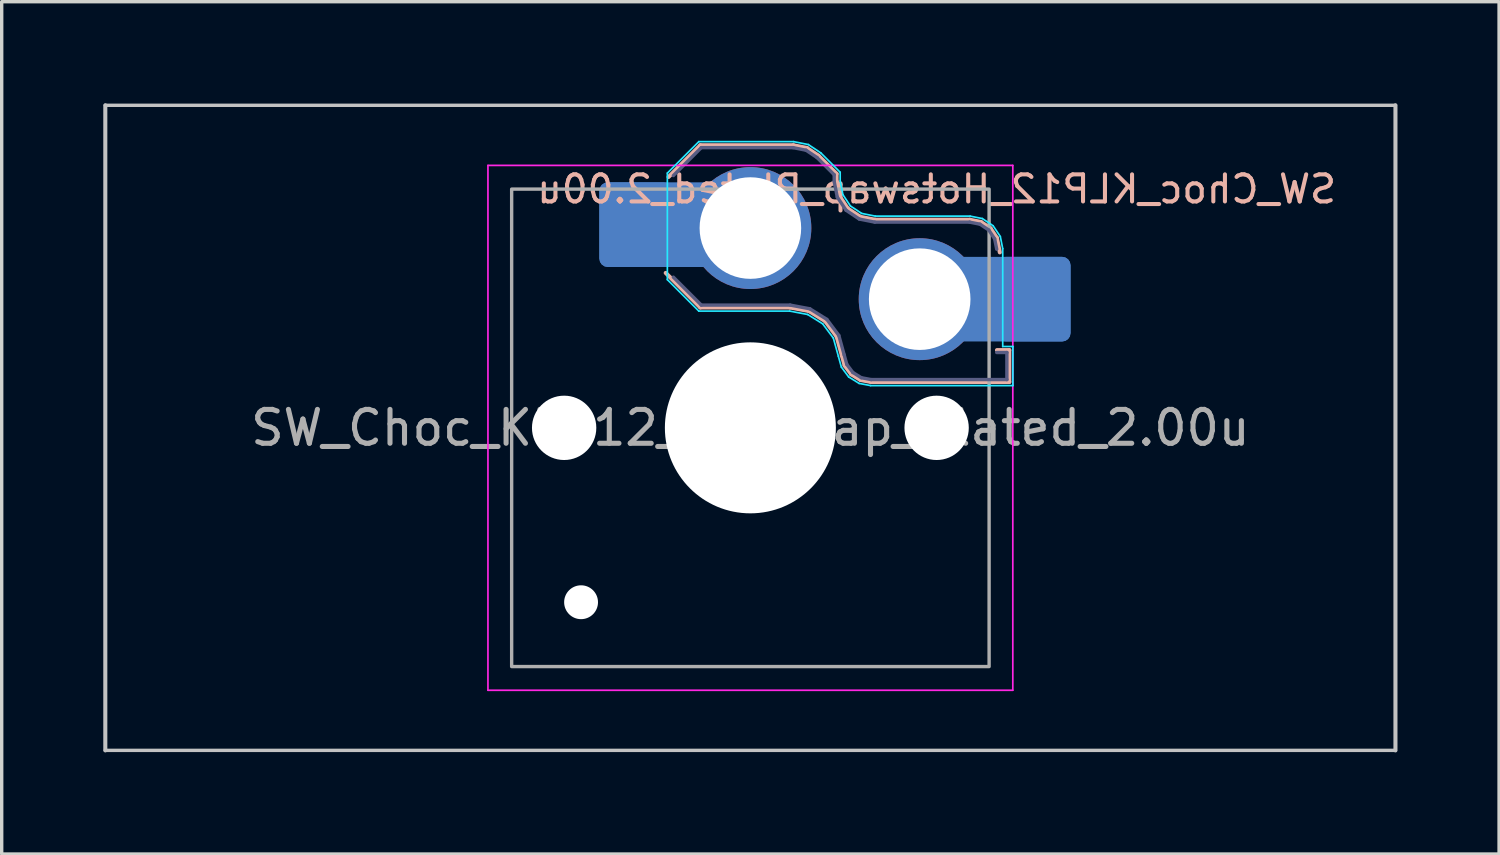
<source format=kicad_pcb>
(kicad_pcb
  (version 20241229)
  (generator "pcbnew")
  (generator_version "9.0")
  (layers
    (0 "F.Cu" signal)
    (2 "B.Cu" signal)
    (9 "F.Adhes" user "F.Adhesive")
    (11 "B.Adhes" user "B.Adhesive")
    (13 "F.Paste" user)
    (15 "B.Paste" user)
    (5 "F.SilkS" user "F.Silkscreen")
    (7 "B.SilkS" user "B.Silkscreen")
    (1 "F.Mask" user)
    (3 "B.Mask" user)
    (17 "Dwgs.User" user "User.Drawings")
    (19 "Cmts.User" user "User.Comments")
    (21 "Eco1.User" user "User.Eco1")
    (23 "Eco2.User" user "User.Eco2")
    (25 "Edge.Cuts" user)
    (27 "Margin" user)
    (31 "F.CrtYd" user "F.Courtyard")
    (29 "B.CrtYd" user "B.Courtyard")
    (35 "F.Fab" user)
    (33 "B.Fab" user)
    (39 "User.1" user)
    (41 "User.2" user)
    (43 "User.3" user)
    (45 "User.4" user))
  (footprint "SW_Choc_KLP12_Hotswap_Plated_2.00u"
    (layer "F.Cu")
    (at 19.11 9.585)
    (property "Reference" "SW_Choc_KLP12_Hotswap_Plated_2.00u" (at 5.5 -7.05 0) (layer "B.SilkS") (effects (font (size 0.8 0.8) (thickness 0.12)) (justify mirror)))
    (attr smd)
    (fp_line (start -2.416 -7.409) (end -1.479 -8.346) (stroke (width 0.12) (type solid)) (layer "B.SilkS"))
    (fp_line (start -1.479 -8.346) (end 1.268 -8.346) (stroke (width 0.12) (type solid)) (layer "B.SilkS"))
    (fp_line (start -1.479 -3.554) (end -2.5 -4.575) (stroke (width 0.12) (type solid)) (layer "B.SilkS"))
    (fp_line (start 1.168 -3.554) (end -1.479 -3.554) (stroke (width 0.12) (type solid)) (layer "B.SilkS"))
    (fp_line (start 1.268 -8.346) (end 1.671 -8.266) (stroke (width 0.12) (type solid)) (layer "B.SilkS"))
    (fp_line (start 1.671 -8.266) (end 2.013 -8.037) (stroke (width 0.12) (type solid)) (layer "B.SilkS"))
    (fp_line (start 1.73 -3.449) (end 1.168 -3.554) (stroke (width 0.12) (type solid)) (layer "B.SilkS"))
    (fp_line (start 2.013 -8.037) (end 2.546 -7.504) (stroke (width 0.12) (type solid)) (layer "B.SilkS"))
    (fp_line (start 2.209 -3.15) (end 1.73 -3.449) (stroke (width 0.12) (type solid)) (layer "B.SilkS"))
    (fp_line (start 2.546 -7.504) (end 2.546 -7.282) (stroke (width 0.12) (type solid)) (layer "B.SilkS"))
    (fp_line (start 2.546 -7.282) (end 2.633 -6.844) (stroke (width 0.12) (type solid)) (layer "B.SilkS"))
    (fp_line (start 2.547 -2.697) (end 2.209 -3.15) (stroke (width 0.12) (type solid)) (layer "B.SilkS"))
    (fp_line (start 2.633 -6.844) (end 2.877 -6.477) (stroke (width 0.12) (type solid)) (layer "B.SilkS"))
    (fp_line (start 2.701 -2.139) (end 2.547 -2.697) (stroke (width 0.12) (type solid)) (layer "B.SilkS"))
    (fp_line (start 2.783 -1.841) (end 2.701 -2.139) (stroke (width 0.12) (type solid)) (layer "B.SilkS"))
    (fp_line (start 2.877 -6.477) (end 3.244 -6.233) (stroke (width 0.12) (type solid)) (layer "B.SilkS"))
    (fp_line (start 2.976 -1.583) (end 2.783 -1.841) (stroke (width 0.12) (type solid)) (layer "B.SilkS"))
    (fp_line (start 3.244 -6.233) (end 3.682 -6.146) (stroke (width 0.12) (type solid)) (layer "B.SilkS"))
    (fp_line (start 3.25 -1.413) (end 2.976 -1.583) (stroke (width 0.12) (type solid)) (layer "B.SilkS"))
    (fp_line (start 3.56 -1.354) (end 3.25 -1.413) (stroke (width 0.12) (type solid)) (layer "B.SilkS"))
    (fp_line (start 3.682 -6.146) (end 6.482 -6.146) (stroke (width 0.12) (type solid)) (layer "B.SilkS"))
    (fp_line (start 6.482 -6.146) (end 6.809 -6.081) (stroke (width 0.12) (type solid)) (layer "B.SilkS"))
    (fp_line (start 6.809 -6.081) (end 7.092 -5.892) (stroke (width 0.12) (type solid)) (layer "B.SilkS"))
    (fp_line (start 7.092 -5.892) (end 7.281 -5.609) (stroke (width 0.12) (type solid)) (layer "B.SilkS"))
    (fp_line (start 7.281 -5.609) (end 7.366 -5.182) (stroke (width 0.12) (type solid)) (layer "B.SilkS"))
    (fp_line (start 7.283 -2.296) (end 7.646 -2.296) (stroke (width 0.12) (type solid)) (layer "B.SilkS"))
    (fp_line (start 7.646 -2.296) (end 7.646 -1.354) (stroke (width 0.12) (type solid)) (layer "B.SilkS"))
    (fp_line (start 7.646 -1.354) (end 3.56 -1.354) (stroke (width 0.12) (type solid)) (layer "B.SilkS"))
    (fp_line (start -19.05 -9.525) (end -19.05 9.525) (stroke (width 0.12) (type default)) (layer "Dwgs.User"))
    (fp_line (start -19.05 -9.525) (end 19.05 -9.525) (stroke (width 0.1) (type solid)) (layer "Dwgs.User"))
    (fp_line (start -19.05 9.525) (end 19.05 9.525) (stroke (width 0.1) (type solid)) (layer "Dwgs.User"))
    (fp_line (start 19.05 -9.525) (end 19.05 9.525) (stroke (width 0.12) (type default)) (layer "Dwgs.User"))
    (fp_line (start -2.452 -7.523) (end -1.523 -8.452) (stroke (width 0.05) (type solid)) (layer "B.CrtYd"))
    (fp_line (start -2.452 -4.377) (end -2.452 -7.523) (stroke (width 0.05) (type solid)) (layer "B.CrtYd"))
    (fp_line (start -1.523 -8.452) (end 1.278 -8.452) (stroke (width 0.05) (type solid)) (layer "B.CrtYd"))
    (fp_line (start -1.523 -3.448) (end -2.452 -4.377) (stroke (width 0.05) (type solid)) (layer "B.CrtYd"))
    (fp_line (start 1.159 -3.448) (end -1.523 -3.448) (stroke (width 0.05) (type solid)) (layer "B.CrtYd"))
    (fp_line (start 1.278 -8.452) (end 1.712 -8.366) (stroke (width 0.05) (type solid)) (layer "B.CrtYd"))
    (fp_line (start 1.691 -3.348) (end 1.159 -3.448) (stroke (width 0.05) (type solid)) (layer "B.CrtYd"))
    (fp_line (start 1.712 -8.366) (end 2.081 -8.119) (stroke (width 0.05) (type solid)) (layer "B.CrtYd"))
    (fp_line (start 2.081 -8.119) (end 2.652 -7.548) (stroke (width 0.05) (type solid)) (layer "B.CrtYd"))
    (fp_line (start 2.136 -3.071) (end 1.691 -3.348) (stroke (width 0.05) (type solid)) (layer "B.CrtYd"))
    (fp_line (start 2.45 -2.65) (end 2.136 -3.071) (stroke (width 0.05) (type solid)) (layer "B.CrtYd"))
    (fp_line (start 2.599 -2.111) (end 2.45 -2.65) (stroke (width 0.05) (type solid)) (layer "B.CrtYd"))
    (fp_line (start 2.652 -7.548) (end 2.652 -7.292) (stroke (width 0.05) (type solid)) (layer "B.CrtYd"))
    (fp_line (start 2.652 -7.292) (end 2.733 -6.885) (stroke (width 0.05) (type solid)) (layer "B.CrtYd"))
    (fp_line (start 2.687 -1.794) (end 2.599 -2.111) (stroke (width 0.05) (type solid)) (layer "B.CrtYd"))
    (fp_line (start 2.733 -6.885) (end 2.953 -6.553) (stroke (width 0.05) (type solid)) (layer "B.CrtYd"))
    (fp_line (start 2.903 -1.503) (end 2.687 -1.794) (stroke (width 0.05) (type solid)) (layer "B.CrtYd"))
    (fp_line (start 2.953 -6.553) (end 3.285 -6.333) (stroke (width 0.05) (type solid)) (layer "B.CrtYd"))
    (fp_line (start 3.211 -1.312) (end 2.903 -1.503) (stroke (width 0.05) (type solid)) (layer "B.CrtYd"))
    (fp_line (start 3.285 -6.333) (end 3.692 -6.252) (stroke (width 0.05) (type solid)) (layer "B.CrtYd"))
    (fp_line (start 3.55 -1.248) (end 3.211 -1.312) (stroke (width 0.05) (type solid)) (layer "B.CrtYd"))
    (fp_line (start 3.692 -6.252) (end 6.492 -6.252) (stroke (width 0.05) (type solid)) (layer "B.CrtYd"))
    (fp_line (start 6.492 -6.252) (end 6.85 -6.181) (stroke (width 0.05) (type solid)) (layer "B.CrtYd"))
    (fp_line (start 6.85 -6.181) (end 7.168 -5.968) (stroke (width 0.05) (type solid)) (layer "B.CrtYd"))
    (fp_line (start 7.168 -5.968) (end 7.381 -5.65) (stroke (width 0.05) (type solid)) (layer "B.CrtYd"))
    (fp_line (start 7.381 -5.65) (end 7.452 -5.292) (stroke (width 0.05) (type solid)) (layer "B.CrtYd"))
    (fp_line (start 7.452 -5.292) (end 7.452 -2.402) (stroke (width 0.05) (type solid)) (layer "B.CrtYd"))
    (fp_line (start 7.452 -2.402) (end 7.752 -2.402) (stroke (width 0.05) (type solid)) (layer "B.CrtYd"))
    (fp_line (start 7.752 -2.402) (end 7.752 -1.248) (stroke (width 0.05) (type solid)) (layer "B.CrtYd"))
    (fp_line (start 7.752 -1.248) (end 3.55 -1.248) (stroke (width 0.05) (type solid)) (layer "B.CrtYd"))
    (fp_line (start -7.75 7.75) (end -7.75 -7.75) (stroke (width 0.05) (type solid)) (layer "F.CrtYd"))
    (fp_line (start 7.75 -7.75) (end -7.75 -7.75) (stroke (width 0.05) (type solid)) (layer "F.CrtYd"))
    (fp_line (start 7.75 -7.75) (end 7.75 7.75) (stroke (width 0.05) (type solid)) (layer "F.CrtYd"))
    (fp_line (start 7.75 7.75) (end -7.75 7.75) (stroke (width 0.05) (type solid)) (layer "F.CrtYd"))
    (fp_line (start -2.275 -7.45) (end -1.45 -8.275) (stroke (width 0.1) (type solid)) (layer "B.Fab"))
    (fp_line (start -1.45 -8.275) (end 1.261 -8.275) (stroke (width 0.1) (type solid)) (layer "B.Fab"))
    (fp_line (start -1.45 -3.625) (end -2.275 -4.45) (stroke (width 0.1) (type solid)) (layer "B.Fab"))
    (fp_line (start 1.175 -3.625) (end -1.45 -3.625) (stroke (width 0.1) (type solid)) (layer "B.Fab"))
    (fp_line (start 1.261 -8.275) (end 1.643 -8.199) (stroke (width 0.1) (type solid)) (layer "B.Fab"))
    (fp_line (start 1.643 -8.199) (end 1.968 -7.982) (stroke (width 0.1) (type solid)) (layer "B.Fab"))
    (fp_line (start 1.756 -3.516) (end 1.175 -3.625) (stroke (width 0.1) (type solid)) (layer "B.Fab"))
    (fp_line (start 1.968 -7.982) (end 2.475 -7.475) (stroke (width 0.1) (type solid)) (layer "B.Fab"))
    (fp_line (start 2.258 -3.203) (end 1.756 -3.516) (stroke (width 0.1) (type solid)) (layer "B.Fab"))
    (fp_line (start 2.475 -7.475) (end 2.475 -7.275) (stroke (width 0.1) (type solid)) (layer "B.Fab"))
    (fp_line (start 2.475 -7.275) (end 2.566 -6.816) (stroke (width 0.1) (type solid)) (layer "B.Fab"))
    (fp_line (start 2.566 -6.816) (end 2.826 -6.426) (stroke (width 0.1) (type solid)) (layer "B.Fab"))
    (fp_line (start 2.612 -2.729) (end 2.258 -3.203) (stroke (width 0.1) (type solid)) (layer "B.Fab"))
    (fp_line (start 2.769 -2.158) (end 2.612 -2.729) (stroke (width 0.1) (type solid)) (layer "B.Fab"))
    (fp_line (start 2.826 -6.426) (end 3.216 -6.166) (stroke (width 0.1) (type solid)) (layer "B.Fab"))
    (fp_line (start 2.848 -1.873) (end 2.769 -2.158) (stroke (width 0.1) (type solid)) (layer "B.Fab"))
    (fp_line (start 3.025 -1.636) (end 2.848 -1.873) (stroke (width 0.1) (type solid)) (layer "B.Fab"))
    (fp_line (start 3.216 -6.166) (end 3.675 -6.075) (stroke (width 0.1) (type solid)) (layer "B.Fab"))
    (fp_line (start 3.276 -1.48) (end 3.025 -1.636) (stroke (width 0.1) (type solid)) (layer "B.Fab"))
    (fp_line (start 3.567 -1.425) (end 3.276 -1.48) (stroke (width 0.1) (type solid)) (layer "B.Fab"))
    (fp_line (start 3.675 -6.075) (end 6.475 -6.075) (stroke (width 0.1) (type solid)) (layer "B.Fab"))
    (fp_line (start 6.475 -6.075) (end 6.781 -6.014) (stroke (width 0.1) (type solid)) (layer "B.Fab"))
    (fp_line (start 6.781 -6.014) (end 7.041 -5.841) (stroke (width 0.1) (type solid)) (layer "B.Fab"))
    (fp_line (start 7.041 -5.841) (end 7.214 -5.581) (stroke (width 0.1) (type solid)) (layer "B.Fab"))
    (fp_line (start 7.214 -5.581) (end 7.275 -5.275) (stroke (width 0.1) (type solid)) (layer "B.Fab"))
    (fp_line (start 7.275 -2.225) (end 7.575 -2.225) (stroke (width 0.1) (type solid)) (layer "B.Fab"))
    (fp_line (start 7.575 -2.225) (end 7.575 -1.425) (stroke (width 0.1) (type solid)) (layer "B.Fab"))
    (fp_line (start 7.575 -1.425) (end 3.567 -1.425) (stroke (width 0.1) (type solid)) (layer "B.Fab"))
    (fp_rect (start -7.05 -7.05) (end 7.05 7.05) (stroke (width 0.1) (type default)) (fill no) (layer "F.Fab"))
    (fp_text user "${REFERENCE}" (at 0 0 0) (layer "F.Fab") (effects (font (size 1 1) (thickness 0.15))))
    (pad "" np_thru_hole circle (at -5.5 0) (size 1.9 1.9) (drill 1.9) (layers "*.Cu" "*.Mask"))
    (pad "" np_thru_hole circle (at -5 5.15) (size 1 1) (drill 1) (layers "*.Cu" "*.Mask"))
    (pad "" np_thru_hole circle (at 0 0) (size 5.05 5.05) (drill 5.05) (layers "*.Cu" "*.Mask"))
    (pad "" np_thru_hole circle (at 5.5 0) (size 1.9 1.9) (drill 1.9) (layers "*.Cu" "*.Mask"))
    (pad "1" thru_hole circle (at 5 -3.8) (size 3.6 3.6) (drill 3) (layers "*.Cu" "*.Mask"))
    (pad "1" smd roundrect (at 7.53 -3.8) (size 3.85 2.5) (layers "B.Cu") (roundrect_rratio 0.1))
    (pad "1" smd roundrect (at 8.376 -3.8) (size 2.159 2.5) (layers "B.Cu" "B.Mask" "B.Paste") (roundrect_rratio 0.116))
    (pad "2" smd roundrect (at -3.381 -6) (size 2.159 2.5) (layers "B.Cu" "B.Mask" "B.Paste") (roundrect_rratio 0.116))
    (pad "2" smd roundrect (at -2.535 -6) (size 3.85 2.5) (layers "B.Cu") (roundrect_rratio 0.1))
    (pad "2" thru_hole circle (at 0 -5.9) (size 3.6 3.6) (drill 3) (layers "*.Cu" "*.Mask")))
  (gr_rect
    (start -3 -3)
    (end 41.22 22.17)
    (stroke (width 0.1) (type default))
    (fill no)
    (layer "Edge.Cuts")))
</source>
